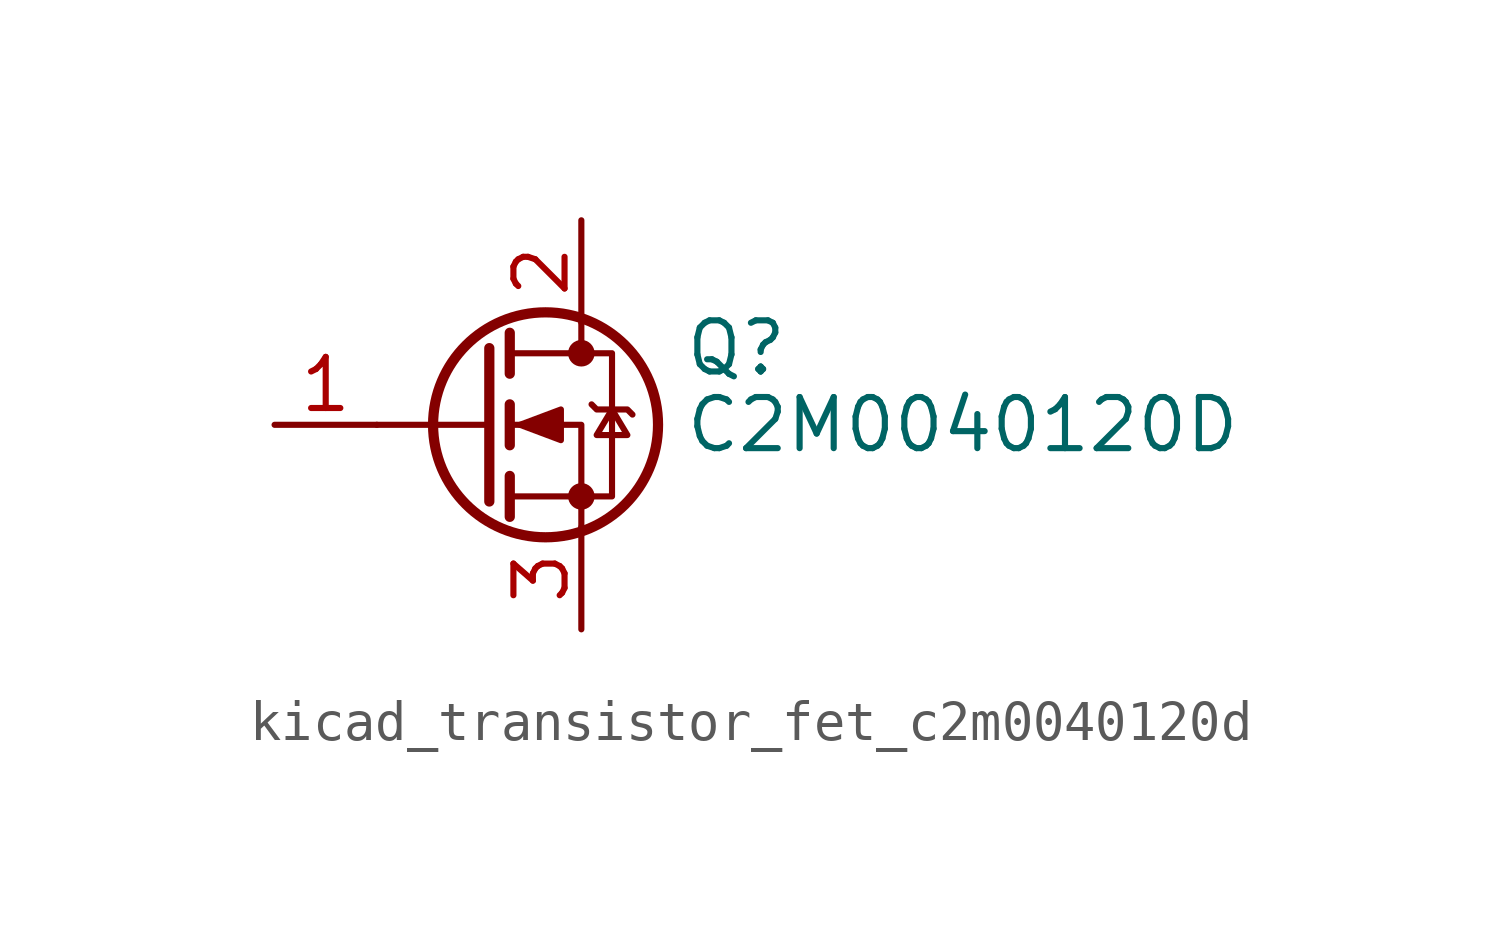
<source format=kicad_sym>
(kicad_symbol_lib
  (version 20220914)
  (generator kicad_symbol_editor)
  (symbol "kicad_transistor_fet_c2m0040120d"
    (pin_names hide)
    (property "Reference" "Q"
      (at 5.08 1.905 0)
      (effects (font (size 1.27 1.27)) (justify left)))
    (property "Value" "C2M0040120D"
      (at 5.08 0 0)
      (effects (font (size 1.27 1.27)) (justify left)))
    (symbol "kicad_transistor_fet_c2m0040120d_0_1"
      (polyline (pts (xy 0.254 0) (xy -2.54 0)) (stroke (width 0) (type default)) (fill (type none)))
      (polyline (pts (xy 0.254 1.905) (xy 0.254 -1.905)) (stroke (width 0.254) (type default)) (fill (type none)))
      (polyline (pts (xy 0.762 -1.27) (xy 0.762 -2.286)) (stroke (width 0.254) (type default)) (fill (type none)))
      (polyline (pts (xy 0.762 0.508) (xy 0.762 -0.508)) (stroke (width 0.254) (type default)) (fill (type none)))
      (polyline (pts (xy 0.762 2.286) (xy 0.762 1.27)) (stroke (width 0.254) (type default)) (fill (type none)))
      (polyline (pts (xy 2.54 2.54) (xy 2.54 1.778)) (stroke (width 0) (type default)) (fill (type none)))
      (polyline (pts (xy 2.54 -2.54) (xy 2.54 0) (xy 0.762 0)) (stroke (width 0) (type default)) (fill (type none)))
      (polyline (pts (xy 0.762 -1.778) (xy 3.302 -1.778) (xy 3.302 1.778) (xy 0.762 1.778)) (stroke (width 0) (type default)) (fill (type none)))
      (polyline (pts (xy 1.016 0) (xy 2.032 0.381) (xy 2.032 -0.381) (xy 1.016 0)) (stroke (width 0) (type default)) (fill (type outline)))
      (polyline (pts (xy 2.794 0.508) (xy 2.921 0.381) (xy 3.683 0.381) (xy 3.81 0.254)) (stroke (width 0) (type default)) (fill (type none)))
      (polyline (pts (xy 3.302 0.381) (xy 2.921 -0.254) (xy 3.683 -0.254) (xy 3.302 0.381)) (stroke (width 0) (type default)) (fill (type none)))
      (circle (center 1.651 0) (radius 2.794) (stroke (width 0.254) (type default)) (fill (type none)))
      (circle (center 2.54 -1.778) (radius 0.254) (stroke (width 0) (type default)) (fill (type outline)))
      (circle (center 2.54 1.778) (radius 0.254) (stroke (width 0) (type default)) (fill (type outline))))
    (symbol "kicad_transistor_fet_c2m0040120d_1_1"
      (pin input line (at -5.08 0 0) (length 2.54) (name "G" (effects (font (size 1.27 1.27)))) (number "1" (effects (font (size 1.27 1.27)))))
      (pin passive line (at 2.54 5.08 270) (length 2.54) (name "D" (effects (font (size 1.27 1.27)))) (number "2" (effects (font (size 1.27 1.27)))))
      (pin passive line (at 2.54 -5.08 90) (length 2.54) (name "S" (effects (font (size 1.27 1.27)))) (number "3" (effects (font (size 1.27 1.27))))))))
</source>
